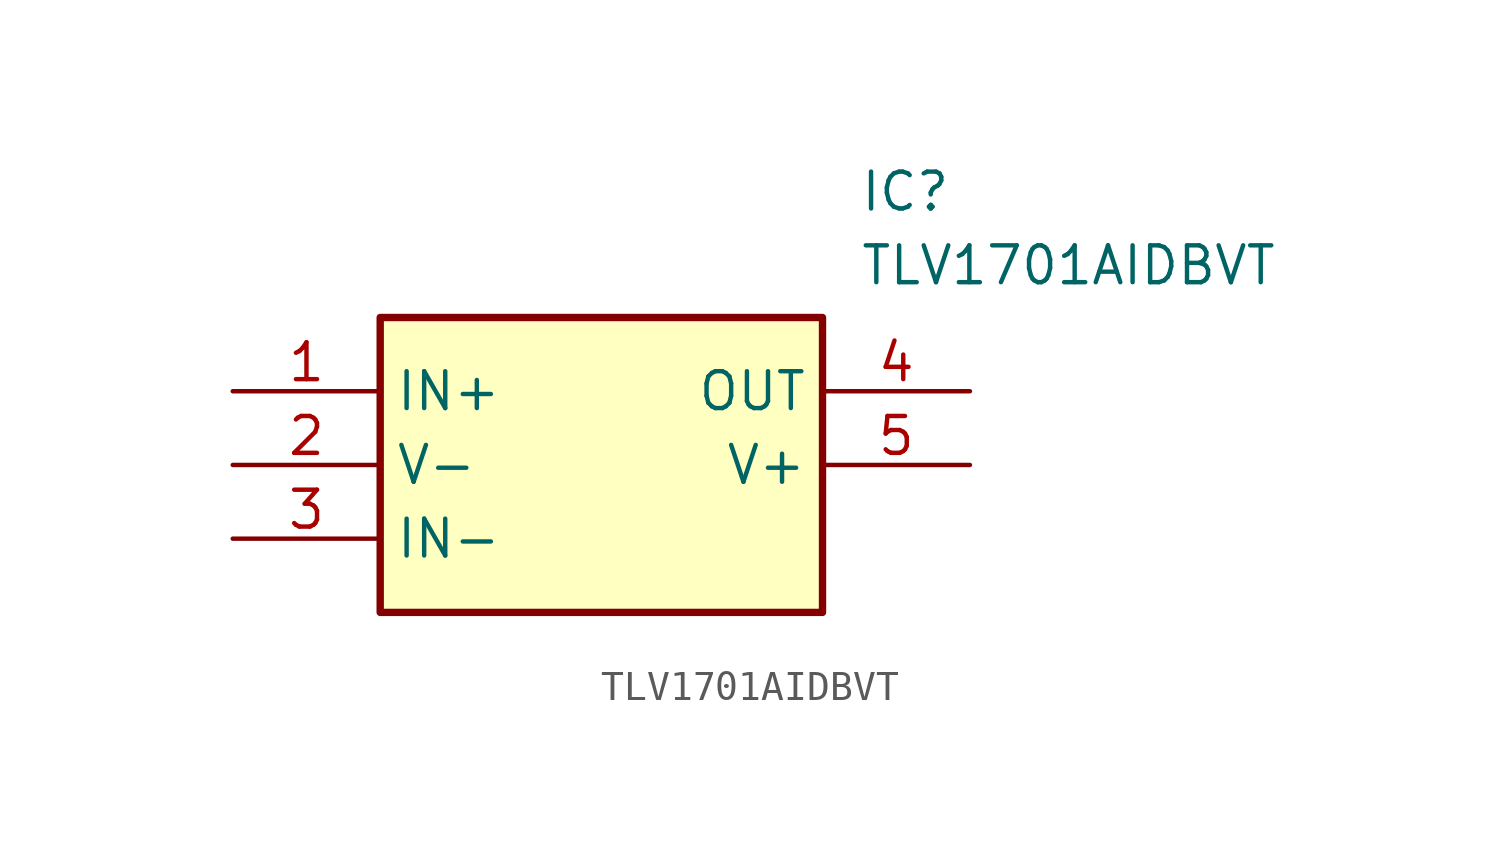
<source format=kicad_sym>
(kicad_symbol_lib
  (version 20211014)
  (generator SamacSys_ECAD_Model)
  (symbol "TLV1701AIDBVT"
    (property "Reference" "IC"
      (at 21.59 7.62 0)
      (effects (font (size 1.27 1.27)) (justify left top)))
    (property "Value" "TLV1701AIDBVT"
      (at 21.59 5.08 0)
      (effects (font (size 1.27 1.27)) (justify left top)))
    (rectangle
      (start 5.08 2.54)
      (end 20.32 -7.62)
      (stroke (width 0.254) (type default))
      (fill (type background)))
    (pin input line
      (at 0 0 0)
      (length 5.08)
      (name "IN+" (effects (font (size 1.27 1.27))))
      (number "1" (effects (font (size 1.27 1.27)))))
    (pin power_in line
      (at 0 -2.54 0)
      (length 5.08)
      (name "V-" (effects (font (size 1.27 1.27))))
      (number "2" (effects (font (size 1.27 1.27)))))
    (pin input line
      (at 0 -5.08 0)
      (length 5.08)
      (name "IN-" (effects (font (size 1.27 1.27))))
      (number "3" (effects (font (size 1.27 1.27)))))
    (pin output line
      (at 25.4 0 180)
      (length 5.08)
      (name "OUT" (effects (font (size 1.27 1.27))))
      (number "4" (effects (font (size 1.27 1.27)))))
    (pin power_in line
      (at 25.4 -2.54 180)
      (length 5.08)
      (name "V+" (effects (font (size 1.27 1.27))))
      (number "5" (effects (font (size 1.27 1.27)))))))
</source>
